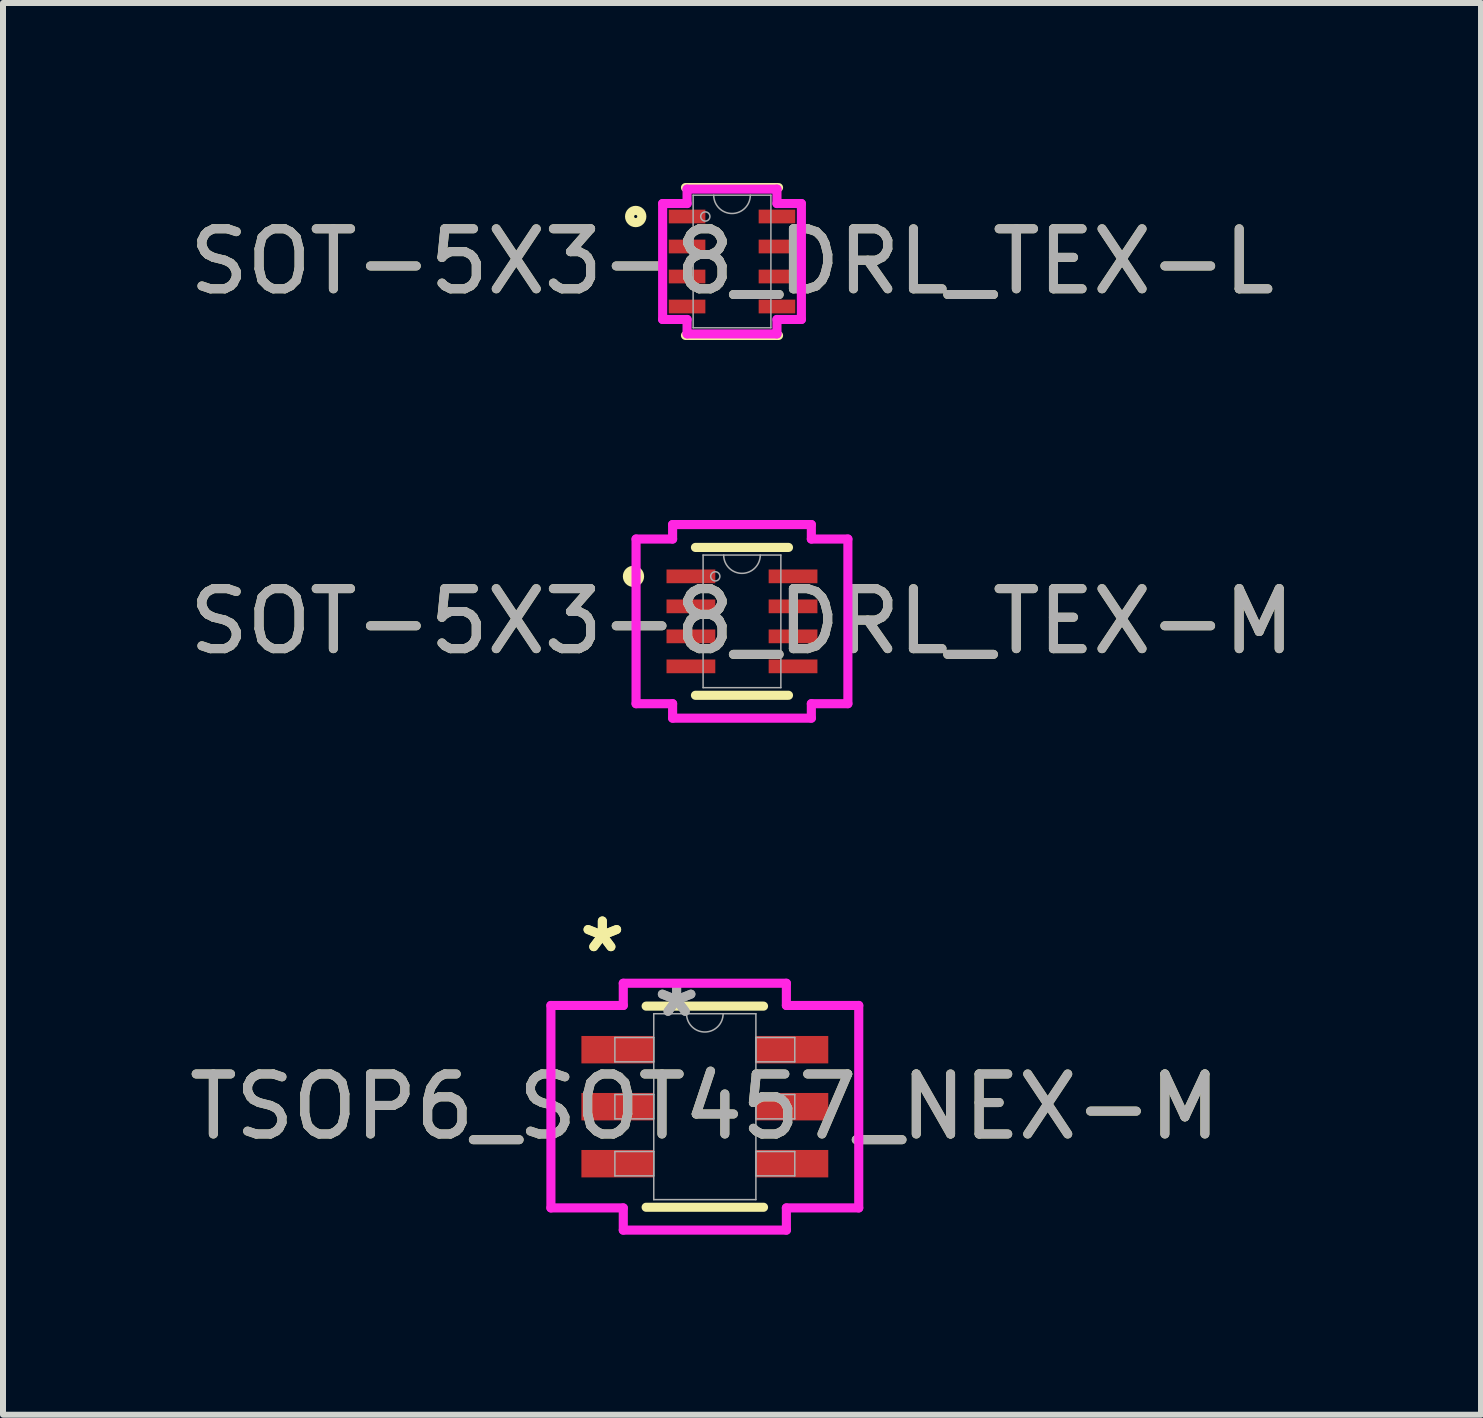
<source format=kicad_pcb>
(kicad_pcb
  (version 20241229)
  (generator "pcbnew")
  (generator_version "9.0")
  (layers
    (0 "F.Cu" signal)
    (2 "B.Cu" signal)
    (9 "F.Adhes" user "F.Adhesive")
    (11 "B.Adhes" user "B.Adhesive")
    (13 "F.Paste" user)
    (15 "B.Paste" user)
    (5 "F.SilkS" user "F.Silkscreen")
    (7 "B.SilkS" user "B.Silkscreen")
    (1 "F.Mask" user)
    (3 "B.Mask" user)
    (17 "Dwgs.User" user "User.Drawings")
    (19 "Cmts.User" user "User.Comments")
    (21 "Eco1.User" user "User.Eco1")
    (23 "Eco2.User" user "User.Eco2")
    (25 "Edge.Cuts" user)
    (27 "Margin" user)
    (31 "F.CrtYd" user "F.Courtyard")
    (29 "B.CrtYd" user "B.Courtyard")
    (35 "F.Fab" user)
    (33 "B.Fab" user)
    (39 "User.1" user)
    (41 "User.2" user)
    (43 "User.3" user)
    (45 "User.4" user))
  (footprint "SOT-5X3-8_DRL_TEX-M"
    (layer "F.Cu")
    (at 9.315 7.305)
    (property "Reference" "SOT-5X3-8_DRL_TEX-M" (at 0 0 0) (unlocked yes) (layer "F.SilkS") (effects (font (size 1 1) (thickness 0.15))))
    (attr smd)
    (fp_line (start -0.775 1.232) (end 0.775 1.232) (stroke (width 0.152) (type solid)) (layer "F.SilkS"))
    (fp_line (start 0.775 -1.232) (end -0.775 -1.232) (stroke (width 0.152) (type solid)) (layer "F.SilkS"))
    (fp_circle (center -1.808 -0.75) (end -1.707 -0.75) (stroke (width 0.152) (type solid)) (fill no) (layer "F.SilkS"))
    (fp_line (start -1.765 -1.372) (end -1.156 -1.372) (stroke (width 0.152) (type solid)) (layer "F.CrtYd"))
    (fp_line (start -1.765 1.372) (end -1.765 -1.372) (stroke (width 0.152) (type solid)) (layer "F.CrtYd"))
    (fp_line (start -1.765 1.372) (end -1.156 1.372) (stroke (width 0.152) (type solid)) (layer "F.CrtYd"))
    (fp_line (start -1.156 -1.613) (end 1.156 -1.613) (stroke (width 0.152) (type solid)) (layer "F.CrtYd"))
    (fp_line (start -1.156 -1.372) (end -1.156 -1.613) (stroke (width 0.152) (type solid)) (layer "F.CrtYd"))
    (fp_line (start -1.156 1.613) (end -1.156 1.372) (stroke (width 0.152) (type solid)) (layer "F.CrtYd"))
    (fp_line (start 1.156 -1.613) (end 1.156 -1.372) (stroke (width 0.152) (type solid)) (layer "F.CrtYd"))
    (fp_line (start 1.156 1.372) (end 1.156 1.613) (stroke (width 0.152) (type solid)) (layer "F.CrtYd"))
    (fp_line (start 1.156 1.613) (end -1.156 1.613) (stroke (width 0.152) (type solid)) (layer "F.CrtYd"))
    (fp_line (start 1.765 -1.372) (end 1.156 -1.372) (stroke (width 0.152) (type solid)) (layer "F.CrtYd"))
    (fp_line (start 1.765 -1.372) (end 1.765 1.372) (stroke (width 0.152) (type solid)) (layer "F.CrtYd"))
    (fp_line (start 1.765 1.372) (end 1.156 1.372) (stroke (width 0.152) (type solid)) (layer "F.CrtYd"))
    (fp_line (start -0.648 -1.105) (end -0.648 1.105) (stroke (width 0.025) (type solid)) (layer "F.Fab"))
    (fp_line (start -0.648 1.105) (end 0.648 1.105) (stroke (width 0.025) (type solid)) (layer "F.Fab"))
    (fp_line (start 0.648 -1.105) (end -0.648 -1.105) (stroke (width 0.025) (type solid)) (layer "F.Fab"))
    (fp_line (start 0.648 1.105) (end 0.648 -1.105) (stroke (width 0.025) (type solid)) (layer "F.Fab"))
    (fp_arc (start 0.3048 -1.1049) (mid 0 -0.8001) (end -0.3048 -1.1049) (stroke (width 0.0254) (type solid)) (layer "F.Fab"))
    (fp_circle (center -0.445 -0.75) (end -0.368 -0.75) (stroke (width 0.025) (type solid)) (fill no) (layer "F.Fab"))
    (fp_text user "${REFERENCE}" (at 0 0 0) (unlocked yes) (layer "F.Fab") (effects (font (size 1 1) (thickness 0.15))))
    (pad "1" smd rect (at -0.851 -0.75) (size 0.813 0.229) (layers "F.Cu" "F.Mask" "F.Paste"))
    (pad "2" smd rect (at -0.851 -0.25) (size 0.813 0.229) (layers "F.Cu" "F.Mask" "F.Paste"))
    (pad "3" smd rect (at -0.851 0.25) (size 0.813 0.229) (layers "F.Cu" "F.Mask" "F.Paste"))
    (pad "4" smd rect (at -0.851 0.75) (size 0.813 0.229) (layers "F.Cu" "F.Mask" "F.Paste"))
    (pad "5" smd rect (at 0.851 0.75) (size 0.813 0.229) (layers "F.Cu" "F.Mask" "F.Paste"))
    (pad "6" smd rect (at 0.851 0.25) (size 0.813 0.229) (layers "F.Cu" "F.Mask" "F.Paste"))
    (pad "7" smd rect (at 0.851 -0.25) (size 0.813 0.229) (layers "F.Cu" "F.Mask" "F.Paste"))
    (pad "8" smd rect (at 0.851 -0.75) (size 0.813 0.229) (layers "F.Cu" "F.Mask" "F.Paste")))
  (footprint "TSOP6_SOT457_NEX-M"
    (layer "F.Cu")
    (at 8.696 15.393)
    (property "Reference" "TSOP6_SOT457_NEX-M" (at 0 0 0) (unlocked yes) (layer "F.SilkS") (effects (font (size 1 1) (thickness 0.15))))
    (attr smd)
    (fp_line (start -0.978 1.676) (end 0.978 1.676) (stroke (width 0.152) (type solid)) (layer "F.SilkS"))
    (fp_line (start 0.978 -1.676) (end -0.978 -1.676) (stroke (width 0.152) (type solid)) (layer "F.SilkS"))
    (fp_line (start -2.565 -1.687) (end -1.359 -1.687) (stroke (width 0.152) (type solid)) (layer "F.CrtYd"))
    (fp_line (start -2.565 1.687) (end -2.565 -1.687) (stroke (width 0.152) (type solid)) (layer "F.CrtYd"))
    (fp_line (start -2.565 1.687) (end -1.359 1.687) (stroke (width 0.152) (type solid)) (layer "F.CrtYd"))
    (fp_line (start -1.359 -2.057) (end 1.359 -2.057) (stroke (width 0.152) (type solid)) (layer "F.CrtYd"))
    (fp_line (start -1.359 -1.687) (end -1.359 -2.057) (stroke (width 0.152) (type solid)) (layer "F.CrtYd"))
    (fp_line (start -1.359 2.057) (end -1.359 1.687) (stroke (width 0.152) (type solid)) (layer "F.CrtYd"))
    (fp_line (start 1.359 -2.057) (end 1.359 -1.687) (stroke (width 0.152) (type solid)) (layer "F.CrtYd"))
    (fp_line (start 1.359 1.687) (end 1.359 2.057) (stroke (width 0.152) (type solid)) (layer "F.CrtYd"))
    (fp_line (start 1.359 2.057) (end -1.359 2.057) (stroke (width 0.152) (type solid)) (layer "F.CrtYd"))
    (fp_line (start 2.565 -1.687) (end 1.359 -1.687) (stroke (width 0.152) (type solid)) (layer "F.CrtYd"))
    (fp_line (start 2.565 -1.687) (end 2.565 1.687) (stroke (width 0.152) (type solid)) (layer "F.CrtYd"))
    (fp_line (start 2.565 1.687) (end 1.359 1.687) (stroke (width 0.152) (type solid)) (layer "F.CrtYd"))
    (fp_line (start -1.499 -1.153) (end -1.499 -0.747) (stroke (width 0.025) (type solid)) (layer "F.Fab"))
    (fp_line (start -1.499 -0.747) (end -0.851 -0.747) (stroke (width 0.025) (type solid)) (layer "F.Fab"))
    (fp_line (start -1.499 -0.203) (end -1.499 0.203) (stroke (width 0.025) (type solid)) (layer "F.Fab"))
    (fp_line (start -1.499 0.203) (end -0.851 0.203) (stroke (width 0.025) (type solid)) (layer "F.Fab"))
    (fp_line (start -1.499 0.747) (end -1.499 1.153) (stroke (width 0.025) (type solid)) (layer "F.Fab"))
    (fp_line (start -1.499 1.153) (end -0.851 1.153) (stroke (width 0.025) (type solid)) (layer "F.Fab"))
    (fp_line (start -0.851 -1.549) (end -0.851 1.549) (stroke (width 0.025) (type solid)) (layer "F.Fab"))
    (fp_line (start -0.851 -1.153) (end -1.499 -1.153) (stroke (width 0.025) (type solid)) (layer "F.Fab"))
    (fp_line (start -0.851 -0.747) (end -0.851 -1.153) (stroke (width 0.025) (type solid)) (layer "F.Fab"))
    (fp_line (start -0.851 -0.203) (end -1.499 -0.203) (stroke (width 0.025) (type solid)) (layer "F.Fab"))
    (fp_line (start -0.851 0.203) (end -0.851 -0.203) (stroke (width 0.025) (type solid)) (layer "F.Fab"))
    (fp_line (start -0.851 0.747) (end -1.499 0.747) (stroke (width 0.025) (type solid)) (layer "F.Fab"))
    (fp_line (start -0.851 1.153) (end -0.851 0.747) (stroke (width 0.025) (type solid)) (layer "F.Fab"))
    (fp_line (start -0.851 1.549) (end 0.851 1.549) (stroke (width 0.025) (type solid)) (layer "F.Fab"))
    (fp_line (start 0.851 -1.549) (end -0.851 -1.549) (stroke (width 0.025) (type solid)) (layer "F.Fab"))
    (fp_line (start 0.851 -1.153) (end 0.851 -0.747) (stroke (width 0.025) (type solid)) (layer "F.Fab"))
    (fp_line (start 0.851 -0.747) (end 1.499 -0.747) (stroke (width 0.025) (type solid)) (layer "F.Fab"))
    (fp_line (start 0.851 -0.203) (end 0.851 0.203) (stroke (width 0.025) (type solid)) (layer "F.Fab"))
    (fp_line (start 0.851 0.203) (end 1.499 0.203) (stroke (width 0.025) (type solid)) (layer "F.Fab"))
    (fp_line (start 0.851 0.747) (end 0.851 1.153) (stroke (width 0.025) (type solid)) (layer "F.Fab"))
    (fp_line (start 0.851 1.153) (end 1.499 1.153) (stroke (width 0.025) (type solid)) (layer "F.Fab"))
    (fp_line (start 0.851 1.549) (end 0.851 -1.549) (stroke (width 0.025) (type solid)) (layer "F.Fab"))
    (fp_line (start 1.499 -1.153) (end 0.851 -1.153) (stroke (width 0.025) (type solid)) (layer "F.Fab"))
    (fp_line (start 1.499 -0.747) (end 1.499 -1.153) (stroke (width 0.025) (type solid)) (layer "F.Fab"))
    (fp_line (start 1.499 -0.203) (end 0.851 -0.203) (stroke (width 0.025) (type solid)) (layer "F.Fab"))
    (fp_line (start 1.499 0.203) (end 1.499 -0.203) (stroke (width 0.025) (type solid)) (layer "F.Fab"))
    (fp_line (start 1.499 0.747) (end 0.851 0.747) (stroke (width 0.025) (type solid)) (layer "F.Fab"))
    (fp_line (start 1.499 1.153) (end 1.499 0.747) (stroke (width 0.025) (type solid)) (layer "F.Fab"))
    (fp_arc (start 0.3048 -1.5494) (mid 0 -1.2446) (end -0.3048 -1.5494) (stroke (width 0.0254) (type solid)) (layer "F.Fab"))
    (fp_text user "*" (at -1.708 -2.55 0) (layer "F.SilkS") (effects (font (size 1 1) (thickness 0.15))))
    (fp_text user "*" (at -1.708 -2.55 0) (unlocked yes) (layer "F.SilkS") (effects (font (size 1 1) (thickness 0.15))))
    (fp_text user "*" (at -0.47 -1.473 0) (layer "F.Fab") (effects (font (size 1 1) (thickness 0.15))))
    (fp_text user "${REFERENCE}" (at 0 0 0) (unlocked yes) (layer "F.Fab") (effects (font (size 1 1) (thickness 0.15))))
    (fp_text user "*" (at -0.47 -1.473 0) (unlocked yes) (layer "F.Fab") (effects (font (size 1 1) (thickness 0.15))))
    (pad "1" smd rect (at -1.454 -0.95) (size 1.206 0.457) (layers "F.Cu" "F.Mask" "F.Paste"))
    (pad "2" smd rect (at -1.454 0) (size 1.206 0.457) (layers "F.Cu" "F.Mask" "F.Paste"))
    (pad "3" smd rect (at -1.454 0.95) (size 1.206 0.457) (layers "F.Cu" "F.Mask" "F.Paste"))
    (pad "4" smd rect (at 1.454 0.95) (size 1.206 0.457) (layers "F.Cu" "F.Mask" "F.Paste"))
    (pad "5" smd rect (at 1.454 0) (size 1.206 0.457) (layers "F.Cu" "F.Mask" "F.Paste"))
    (pad "6" smd rect (at 1.454 -0.95) (size 1.206 0.457) (layers "F.Cu" "F.Mask" "F.Paste")))
  (footprint "SOT-5X3-8_DRL_TEX-L"
    (layer "F.Cu")
    (at 9.149 1.308)
    (property "Reference" "SOT-5X3-8_DRL_TEX-L" (at 0 0 0) (unlocked yes) (layer "F.SilkS") (effects (font (size 1 1) (thickness 0.15))))
    (attr smd)
    (fp_line (start -0.775 1.232) (end 0.775 1.232) (stroke (width 0.152) (type solid)) (layer "F.SilkS"))
    (fp_line (start 0.775 -1.232) (end -0.775 -1.232) (stroke (width 0.152) (type solid)) (layer "F.SilkS"))
    (fp_circle (center -1.605 -0.75) (end -1.503 -0.75) (stroke (width 0.152) (type solid)) (fill no) (layer "F.SilkS"))
    (fp_line (start -1.156 -0.966) (end -0.749 -0.966) (stroke (width 0.152) (type solid)) (layer "F.CrtYd"))
    (fp_line (start -1.156 0.966) (end -1.156 -0.966) (stroke (width 0.152) (type solid)) (layer "F.CrtYd"))
    (fp_line (start -1.156 0.966) (end -0.749 0.966) (stroke (width 0.152) (type solid)) (layer "F.CrtYd"))
    (fp_line (start -0.749 -1.206) (end 0.749 -1.206) (stroke (width 0.152) (type solid)) (layer "F.CrtYd"))
    (fp_line (start -0.749 -0.966) (end -0.749 -1.206) (stroke (width 0.152) (type solid)) (layer "F.CrtYd"))
    (fp_line (start -0.749 1.206) (end -0.749 0.966) (stroke (width 0.152) (type solid)) (layer "F.CrtYd"))
    (fp_line (start 0.749 -1.206) (end 0.749 -0.966) (stroke (width 0.152) (type solid)) (layer "F.CrtYd"))
    (fp_line (start 0.749 0.966) (end 0.749 1.206) (stroke (width 0.152) (type solid)) (layer "F.CrtYd"))
    (fp_line (start 0.749 1.206) (end -0.749 1.206) (stroke (width 0.152) (type solid)) (layer "F.CrtYd"))
    (fp_line (start 1.156 -0.966) (end 0.749 -0.966) (stroke (width 0.152) (type solid)) (layer "F.CrtYd"))
    (fp_line (start 1.156 -0.966) (end 1.156 0.966) (stroke (width 0.152) (type solid)) (layer "F.CrtYd"))
    (fp_line (start 1.156 0.966) (end 0.749 0.966) (stroke (width 0.152) (type solid)) (layer "F.CrtYd"))
    (fp_line (start -0.648 -1.105) (end -0.648 1.105) (stroke (width 0.025) (type solid)) (layer "F.Fab"))
    (fp_line (start -0.648 1.105) (end 0.648 1.105) (stroke (width 0.025) (type solid)) (layer "F.Fab"))
    (fp_line (start 0.648 -1.105) (end -0.648 -1.105) (stroke (width 0.025) (type solid)) (layer "F.Fab"))
    (fp_line (start 0.648 1.105) (end 0.648 -1.105) (stroke (width 0.025) (type solid)) (layer "F.Fab"))
    (fp_arc (start 0.3048 -1.1049) (mid 0 -0.8001) (end -0.3048 -1.1049) (stroke (width 0.0254) (type solid)) (layer "F.Fab"))
    (fp_circle (center -0.445 -0.75) (end -0.368 -0.75) (stroke (width 0.025) (type solid)) (fill no) (layer "F.Fab"))
    (fp_text user "${REFERENCE}" (at 0 0 0) (unlocked yes) (layer "F.Fab") (effects (font (size 1 1) (thickness 0.15))))
    (pad "1" smd rect (at -0.749 -0.75) (size 0.61 0.229) (layers "F.Cu" "F.Mask" "F.Paste"))
    (pad "2" smd rect (at -0.749 -0.25) (size 0.61 0.229) (layers "F.Cu" "F.Mask" "F.Paste"))
    (pad "3" smd rect (at -0.749 0.25) (size 0.61 0.229) (layers "F.Cu" "F.Mask" "F.Paste"))
    (pad "4" smd rect (at -0.749 0.75) (size 0.61 0.229) (layers "F.Cu" "F.Mask" "F.Paste"))
    (pad "5" smd rect (at 0.749 0.75) (size 0.61 0.229) (layers "F.Cu" "F.Mask" "F.Paste"))
    (pad "6" smd rect (at 0.749 0.25) (size 0.61 0.229) (layers "F.Cu" "F.Mask" "F.Paste"))
    (pad "7" smd rect (at 0.749 -0.25) (size 0.61 0.229) (layers "F.Cu" "F.Mask" "F.Paste"))
    (pad "8" smd rect (at 0.749 -0.75) (size 0.61 0.229) (layers "F.Cu" "F.Mask" "F.Paste")))
  (gr_rect
    (start -3 -3)
    (end 21.631 20.526)
    (stroke (width 0.1) (type default))
    (fill no)
    (layer "Edge.Cuts")))
</source>
